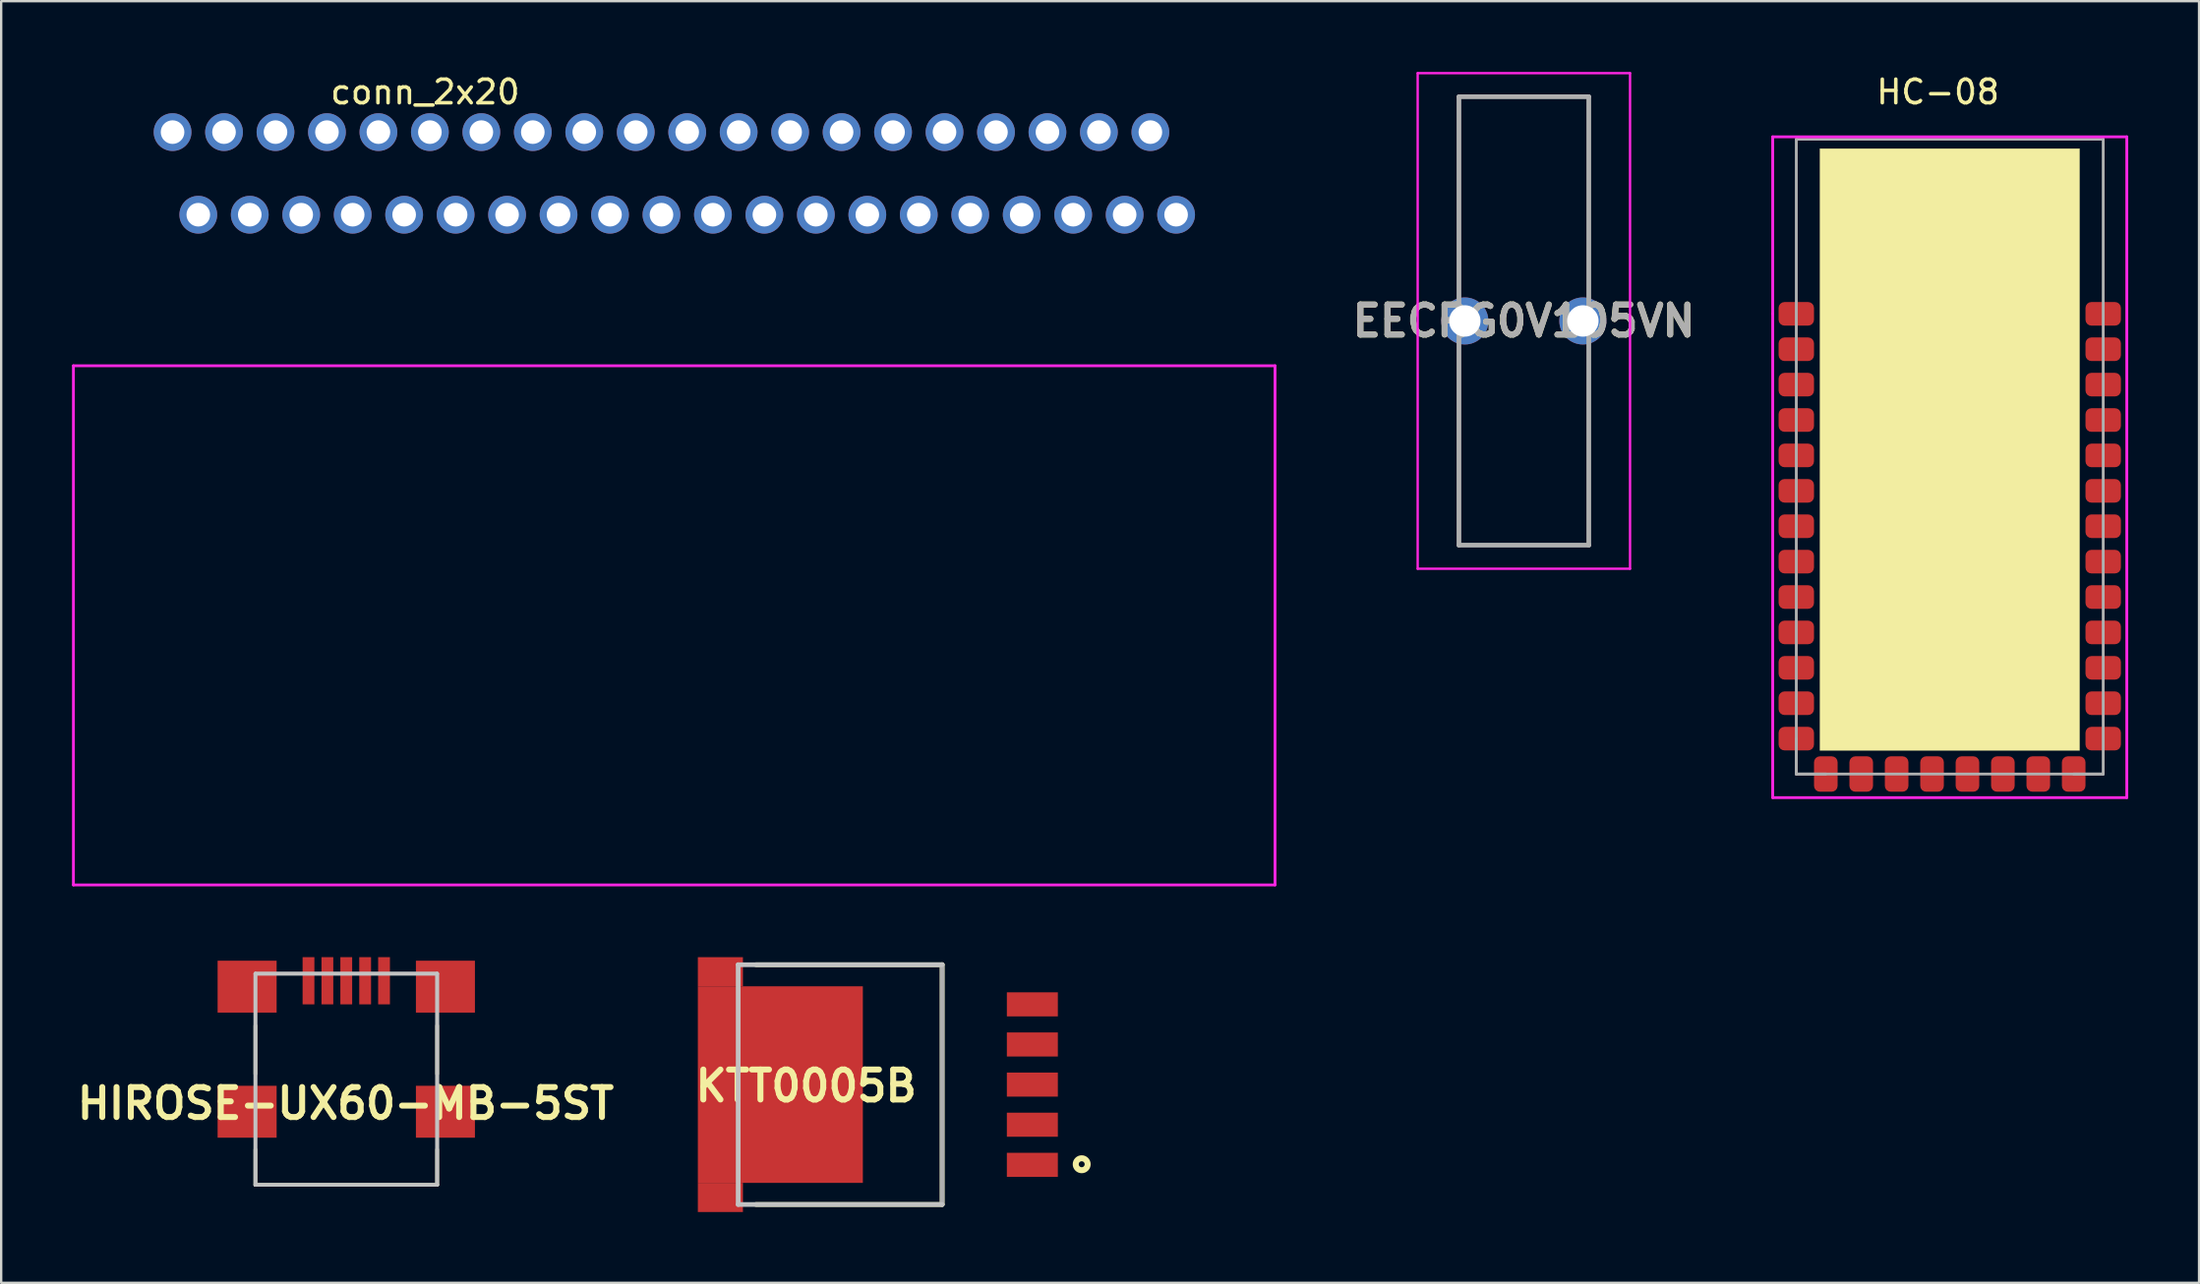
<source format=kicad_pcb>
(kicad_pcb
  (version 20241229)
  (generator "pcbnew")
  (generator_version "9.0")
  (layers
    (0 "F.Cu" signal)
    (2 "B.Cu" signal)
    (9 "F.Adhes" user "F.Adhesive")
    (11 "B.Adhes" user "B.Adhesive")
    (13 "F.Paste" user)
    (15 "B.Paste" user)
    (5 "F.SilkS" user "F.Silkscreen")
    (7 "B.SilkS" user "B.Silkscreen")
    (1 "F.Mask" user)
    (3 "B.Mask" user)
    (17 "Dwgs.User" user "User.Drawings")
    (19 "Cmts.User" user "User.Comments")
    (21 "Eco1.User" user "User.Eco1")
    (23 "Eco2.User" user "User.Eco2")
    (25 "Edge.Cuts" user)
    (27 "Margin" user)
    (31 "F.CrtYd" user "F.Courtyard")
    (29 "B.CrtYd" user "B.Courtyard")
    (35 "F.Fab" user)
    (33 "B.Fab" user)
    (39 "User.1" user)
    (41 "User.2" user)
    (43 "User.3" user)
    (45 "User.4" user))
  (footprint "EECRG0V105VN"
    (layer "F.Cu")
    (at 59.001 10.55)
    (property "Reference" "EECRG0V105VN" (at 2.5 0 0) (layer "F.SilkS") (effects (font (size 1.27 1.27) (thickness 0.254))))
    (attr through_hole)
    (fp_line (start -0.25 -9.5) (end 5.25 -9.5) (stroke (width 0.1) (type solid)) (layer "F.SilkS"))
    (fp_line (start -0.25 -1.5) (end -0.25 -9.5) (stroke (width 0.1) (type solid)) (layer "F.SilkS"))
    (fp_line (start -0.25 1.5) (end -0.25 9.5) (stroke (width 0.1) (type solid)) (layer "F.SilkS"))
    (fp_line (start -0.25 9.5) (end 5.25 9.5) (stroke (width 0.1) (type solid)) (layer "F.SilkS"))
    (fp_line (start 5.25 -9.5) (end 5.25 -1.5) (stroke (width 0.1) (type solid)) (layer "F.SilkS"))
    (fp_line (start 5.25 9.5) (end 5.25 1.5) (stroke (width 0.1) (type solid)) (layer "F.SilkS"))
    (fp_line (start -1.998 -10.5) (end 6.998 -10.5) (stroke (width 0.1) (type solid)) (layer "F.CrtYd"))
    (fp_line (start -1.998 10.5) (end -1.998 -10.5) (stroke (width 0.1) (type solid)) (layer "F.CrtYd"))
    (fp_line (start 6.998 -10.5) (end 6.998 10.5) (stroke (width 0.1) (type solid)) (layer "F.CrtYd"))
    (fp_line (start 6.998 10.5) (end -1.998 10.5) (stroke (width 0.1) (type solid)) (layer "F.CrtYd"))
    (fp_line (start -0.25 -9.5) (end 5.25 -9.5) (stroke (width 0.2) (type solid)) (layer "F.Fab"))
    (fp_line (start -0.25 9.5) (end -0.25 -9.5) (stroke (width 0.2) (type solid)) (layer "F.Fab"))
    (fp_line (start 5.25 -9.5) (end 5.25 9.5) (stroke (width 0.2) (type solid)) (layer "F.Fab"))
    (fp_line (start 5.25 9.5) (end -0.25 9.5) (stroke (width 0.2) (type solid)) (layer "F.Fab"))
    (fp_text user "${REFERENCE}" (at 2.5 0 0) (layer "F.Fab") (effects (font (size 1.27 1.27) (thickness 0.254))))
    (pad "1" thru_hole circle (at 0 0) (size 1.995 1.995) (drill 1.33) (layers "*.Cu" "*.Mask"))
    (pad "2" thru_hole circle (at 5 0) (size 1.995 1.995) (drill 1.33) (layers "*.Cu" "*.Mask")))
  (footprint "HC-08"
    (layer "F.Cu")
    (at 73.042 10.248)
    (property "Reference" "HC-08" (at 6 -9.4 0) (layer "F.SilkS") (effects (font (size 1 1) (thickness 0.15))))
    (attr through_hole)
    (fp_poly (pts (xy 12 18.5) (xy 1 18.5) (xy 1 -7) (xy 12 -7)) (stroke (width 0.01) (type solid)) (fill yes) (layer "F.SilkS"))
    (fp_line (start -1 -7.5) (end -1 0) (stroke (width 0.12) (type solid)) (layer "F.CrtYd"))
    (fp_line (start -1 0) (end -1 20.5) (stroke (width 0.12) (type solid)) (layer "F.CrtYd"))
    (fp_line (start -1 20.5) (end 14 20.5) (stroke (width 0.12) (type solid)) (layer "F.CrtYd"))
    (fp_line (start 14 -7.5) (end -1 -7.5) (stroke (width 0.12) (type solid)) (layer "F.CrtYd"))
    (fp_line (start 14 20.5) (end 14 -7.5) (stroke (width 0.12) (type solid)) (layer "F.CrtYd"))
    (fp_line (start 0 -7.4) (end 0 19.5) (stroke (width 0.12) (type solid)) (layer "F.Fab"))
    (fp_line (start 0 19.5) (end 0 18) (stroke (width 0.12) (type solid)) (layer "F.Fab"))
    (fp_line (start 0 19.5) (end 1.25 19.5) (stroke (width 0.12) (type solid)) (layer "F.Fab"))
    (fp_line (start 0 19.5) (end 13 19.5) (stroke (width 0.12) (type solid)) (layer "F.Fab"))
    (fp_line (start 13 -7.4) (end 0 -7.4) (stroke (width 0.12) (type solid)) (layer "F.Fab"))
    (fp_line (start 13 19.5) (end 11.75 19.5) (stroke (width 0.12) (type solid)) (layer "F.Fab"))
    (fp_line (start 13 19.5) (end 13 -7.4) (stroke (width 0.12) (type solid)) (layer "F.Fab"))
    (pad "1" smd roundrect (at 0 0) (size 1.5 1) (layers "F.Cu" "F.Mask" "F.Paste") (roundrect_rratio 0.25))
    (pad "2" smd roundrect (at 0 1.5) (size 1.5 1) (layers "F.Cu" "F.Mask" "F.Paste") (roundrect_rratio 0.25))
    (pad "3" smd roundrect (at 0 3) (size 1.5 1) (layers "F.Cu" "F.Mask" "F.Paste") (roundrect_rratio 0.25))
    (pad "4" smd roundrect (at 0 4.5) (size 1.5 1) (layers "F.Cu" "F.Mask" "F.Paste") (roundrect_rratio 0.25))
    (pad "5" smd roundrect (at 0 6) (size 1.5 1) (layers "F.Cu" "F.Mask" "F.Paste") (roundrect_rratio 0.25))
    (pad "6" smd roundrect (at 0 7.5) (size 1.5 1) (layers "F.Cu" "F.Mask" "F.Paste") (roundrect_rratio 0.25))
    (pad "7" smd roundrect (at 0 9) (size 1.5 1) (layers "F.Cu" "F.Mask" "F.Paste") (roundrect_rratio 0.25))
    (pad "8" smd roundrect (at 0 10.5) (size 1.5 1) (layers "F.Cu" "F.Mask" "F.Paste") (roundrect_rratio 0.25))
    (pad "9" smd roundrect (at 0 12) (size 1.5 1) (layers "F.Cu" "F.Mask" "F.Paste") (roundrect_rratio 0.25))
    (pad "10" smd roundrect (at 0 13.5) (size 1.5 1) (layers "F.Cu" "F.Mask" "F.Paste") (roundrect_rratio 0.25))
    (pad "11" smd roundrect (at 0 15) (size 1.5 1) (layers "F.Cu" "F.Mask" "F.Paste") (roundrect_rratio 0.25))
    (pad "12" smd roundrect (at 0 16.5) (size 1.5 1) (layers "F.Cu" "F.Mask" "F.Paste") (roundrect_rratio 0.25))
    (pad "13" smd roundrect (at 0 18) (size 1.5 1) (layers "F.Cu" "F.Mask" "F.Paste") (roundrect_rratio 0.25))
    (pad "14" smd roundrect (at 1.25 19.5 90) (size 1.5 1) (layers "F.Cu" "F.Mask" "F.Paste") (roundrect_rratio 0.25))
    (pad "15" smd roundrect (at 2.75 19.5 90) (size 1.5 1) (layers "F.Cu" "F.Mask" "F.Paste") (roundrect_rratio 0.25))
    (pad "16" smd roundrect (at 4.25 19.5 90) (size 1.5 1) (layers "F.Cu" "F.Mask" "F.Paste") (roundrect_rratio 0.25))
    (pad "17" smd roundrect (at 5.75 19.5 90) (size 1.5 1) (layers "F.Cu" "F.Mask" "F.Paste") (roundrect_rratio 0.25))
    (pad "18" smd roundrect (at 7.25 19.5 90) (size 1.5 1) (layers "F.Cu" "F.Mask" "F.Paste") (roundrect_rratio 0.25))
    (pad "19" smd roundrect (at 8.75 19.5 90) (size 1.5 1) (layers "F.Cu" "F.Mask" "F.Paste") (roundrect_rratio 0.25))
    (pad "20" smd roundrect (at 10.25 19.5 90) (size 1.5 1) (layers "F.Cu" "F.Mask" "F.Paste") (roundrect_rratio 0.25))
    (pad "21" smd roundrect (at 11.75 19.5 90) (size 1.5 1) (layers "F.Cu" "F.Mask" "F.Paste") (roundrect_rratio 0.25))
    (pad "22" smd roundrect (at 13 18 180) (size 1.5 1) (layers "F.Cu" "F.Mask" "F.Paste") (roundrect_rratio 0.25))
    (pad "23" smd roundrect (at 13 16.5 180) (size 1.5 1) (layers "F.Cu" "F.Mask" "F.Paste") (roundrect_rratio 0.25))
    (pad "24" smd roundrect (at 13 15 180) (size 1.5 1) (layers "F.Cu" "F.Mask" "F.Paste") (roundrect_rratio 0.25))
    (pad "25" smd roundrect (at 13 13.5 180) (size 1.5 1) (layers "F.Cu" "F.Mask" "F.Paste") (roundrect_rratio 0.25))
    (pad "26" smd roundrect (at 13 12 180) (size 1.5 1) (layers "F.Cu" "F.Mask" "F.Paste") (roundrect_rratio 0.25))
    (pad "27" smd roundrect (at 13 10.5 180) (size 1.5 1) (layers "F.Cu" "F.Mask" "F.Paste") (roundrect_rratio 0.25))
    (pad "28" smd roundrect (at 13 9 180) (size 1.5 1) (layers "F.Cu" "F.Mask" "F.Paste") (roundrect_rratio 0.25))
    (pad "29" smd roundrect (at 13 7.5 180) (size 1.5 1) (layers "F.Cu" "F.Mask" "F.Paste") (roundrect_rratio 0.25))
    (pad "30" smd roundrect (at 13 6 180) (size 1.5 1) (layers "F.Cu" "F.Mask" "F.Paste") (roundrect_rratio 0.25))
    (pad "31" smd roundrect (at 13 4.5 180) (size 1.5 1) (layers "F.Cu" "F.Mask" "F.Paste") (roundrect_rratio 0.25))
    (pad "32" smd roundrect (at 13 3 180) (size 1.5 1) (layers "F.Cu" "F.Mask" "F.Paste") (roundrect_rratio 0.25))
    (pad "33" smd roundrect (at 13 1.5 180) (size 1.5 1) (layers "F.Cu" "F.Mask" "F.Paste") (roundrect_rratio 0.25))
    (pad "34" smd roundrect (at 13 0 180) (size 1.5 1) (layers "F.Cu" "F.Mask" "F.Paste") (roundrect_rratio 0.25)))
  (footprint "HIROSE-UX60-MB-5ST"
    (layer "F.Cu")
    (at 11.618 38.508)
    (property "Reference" "HIROSE-UX60-MB-5ST" (at -0.025 5.2 0) (layer "F.SilkS") (effects (font (size 1.27 1.27) (thickness 0.254))))
    (attr smd)
    (fp_line (start -3.85 1.9) (end -3.85 3.95) (stroke (width 0.152) (type solid)) (layer "F.SilkS"))
    (fp_line (start -3.85 7.15) (end -3.85 8.65) (stroke (width 0.152) (type solid)) (layer "F.SilkS"))
    (fp_line (start -3.85 8.65) (end 3.85 8.65) (stroke (width 0.152) (type solid)) (layer "F.SilkS"))
    (fp_line (start 3.85 1.9) (end 3.85 3.95) (stroke (width 0.152) (type solid)) (layer "F.SilkS"))
    (fp_line (start 3.85 8.65) (end 3.85 7.15) (stroke (width 0.152) (type solid)) (layer "F.SilkS"))
    (fp_line (start -3.85 -0.3) (end 3.85 -0.3) (stroke (width 0.152) (type solid)) (layer "Dwgs.User"))
    (fp_line (start -3.85 -0.3) (end 3.85 -0.3) (stroke (width 0.152) (type solid)) (layer "Dwgs.User"))
    (fp_line (start -3.85 8.65) (end -3.85 -0.3) (stroke (width 0.152) (type solid)) (layer "Dwgs.User"))
    (fp_line (start -3.85 8.65) (end -3.85 -0.3) (stroke (width 0.152) (type solid)) (layer "Dwgs.User"))
    (fp_line (start 3.85 -0.3) (end 3.85 8.65) (stroke (width 0.152) (type solid)) (layer "Dwgs.User"))
    (fp_line (start 3.85 -0.3) (end 3.85 8.65) (stroke (width 0.152) (type solid)) (layer "Dwgs.User"))
    (fp_line (start 3.85 8.65) (end -3.85 8.65) (stroke (width 0.152) (type solid)) (layer "Dwgs.User"))
    (fp_line (start 3.85 8.65) (end -3.85 8.65) (stroke (width 0.152) (type solid)) (layer "Dwgs.User"))
    (pad "1" smd rect (at -1.6 0) (size 0.5 2) (layers "F.Cu" "F.Mask" "F.Paste"))
    (pad "2" smd rect (at -0.8 0) (size 0.5 2) (layers "F.Cu" "F.Mask" "F.Paste"))
    (pad "3" smd rect (at 0 0) (size 0.5 2) (layers "F.Cu" "F.Mask" "F.Paste"))
    (pad "4" smd rect (at 0.8 0) (size 0.5 2) (layers "F.Cu" "F.Mask" "F.Paste"))
    (pad "5" smd rect (at 1.6 0) (size 0.5 2) (layers "F.Cu" "F.Mask" "F.Paste"))
    (pad "6" smd rect (at -4.2 0.25 90) (size 2.2 2.5) (layers "F.Cu" "F.Mask" "F.Paste"))
    (pad "7" smd rect (at 4.2 0.25 90) (size 2.2 2.5) (layers "F.Cu" "F.Mask" "F.Paste"))
    (pad "8" smd rect (at -4.2 5.55 90) (size 2.2 2.5) (layers "F.Cu" "F.Mask" "F.Paste"))
    (pad "9" smd rect (at 4.2 5.55 90) (size 2.2 2.5) (layers "F.Cu" "F.Mask" "F.Paste"))
    (pad "10" thru_hole circle (at 1.75 2.25 90) (size 0.001 0.001) (drill 0.9) (layers "*.Cu" "*.Mask" "F.SilkS"))
    (pad "11" thru_hole circle (at -1.75 2.25 90) (size 0.001 0.001) (drill 0.9) (layers "*.Cu" "*.Mask" "F.SilkS")))
  (footprint "KTT0005B"
    (layer "F.Cu")
    (at 28.22 42.908)
    (property "Reference" "KTT0005B" (at 2.877 0.057 0) (layer "F.SilkS") (effects (font (size 1.27 1.27) (thickness 0.254))))
    (attr smd)
    (fp_line (start 8.64 -5.08) (end 0.756 -5.08) (stroke (width 0.2) (type solid)) (layer "F.SilkS"))
    (fp_line (start 8.64 5.08) (end 0.756 5.08) (stroke (width 0.2) (type solid)) (layer "F.SilkS"))
    (fp_line (start 8.64 5.08) (end 8.64 -5.08) (stroke (width 0.2) (type solid)) (layer "F.SilkS"))
    (fp_circle (center 14.551 3.375) (end 14.425 3.375) (stroke (width 0.254) (type solid)) (fill no) (layer "F.SilkS"))
    (fp_line (start 0 -5.08) (end 8.64 -5.08) (stroke (width 0.2) (type solid)) (layer "Dwgs.User"))
    (fp_line (start 0 5.08) (end 0 -5.08) (stroke (width 0.2) (type solid)) (layer "Dwgs.User"))
    (fp_line (start 8.64 5.08) (end 0 5.08) (stroke (width 0.2) (type solid)) (layer "Dwgs.User"))
    (fp_line (start 8.64 -5.08) (end 8.64 5.08) (stroke (width 0.2) (type solid)) (layer "F.Fab"))
    (pad "1" smd rect (at 12.461 3.4 90) (size 1.02 2.16) (layers "F.Cu" "F.Mask" "F.Paste"))
    (pad "2" smd rect (at 12.461 1.7 90) (size 1.02 2.16) (layers "F.Cu" "F.Mask" "F.Paste"))
    (pad "3" smd rect (at 12.461 0 90) (size 1.02 2.16) (layers "F.Cu" "F.Mask" "F.Paste"))
    (pad "4" smd rect (at 12.461 -1.7 90) (size 1.02 2.16) (layers "F.Cu" "F.Mask" "F.Paste"))
    (pad "5" smd rect (at 12.461 -3.4 90) (size 1.02 2.16) (layers "F.Cu" "F.Mask" "F.Paste"))
    (pad "6" smd rect (at 1.786 0) (size 6.99 8.33) (layers "F.Cu" "F.Mask" "F.Paste"))
    (pad "7" smd rect (at -0.754 -4.782 90) (size 1.235 1.91) (layers "F.Cu" "F.Mask" "F.Paste"))
    (pad "8" smd rect (at -0.754 4.782 90) (size 1.235 1.91) (layers "F.Cu" "F.Mask" "F.Paste")))
  (footprint "conn_2x20"
    (layer "F.Cu")
    (at 4.26 2.548)
    (property "Reference" "conn_2x20" (at 10.7 -1.7 0) (layer "F.SilkS") (effects (font (size 1 1) (thickness 0.15))))
    (attr through_hole)
    (fp_line (start -4.2 9.9) (end 46.7 9.9) (stroke (width 0.12) (type solid)) (layer "F.CrtYd"))
    (fp_line (start -4.2 31.9) (end -4.2 9.9) (stroke (width 0.12) (type solid)) (layer "F.CrtYd"))
    (fp_line (start 46.7 9.9) (end 46.7 31.9) (stroke (width 0.12) (type solid)) (layer "F.CrtYd"))
    (fp_line (start 46.7 31.9) (end -4.2 31.9) (stroke (width 0.12) (type solid)) (layer "F.CrtYd"))
    (pad "1" thru_hole circle (at 41.42 0) (size 1.6 1.6) (drill 1) (layers "*.Cu" "*.Mask"))
    (pad "2" thru_hole circle (at 39.24 0) (size 1.6 1.6) (drill 1) (layers "*.Cu" "*.Mask"))
    (pad "3" thru_hole circle (at 37.06 0) (size 1.6 1.6) (drill 1) (layers "*.Cu" "*.Mask"))
    (pad "4" thru_hole circle (at 34.88 0) (size 1.6 1.6) (drill 1) (layers "*.Cu" "*.Mask"))
    (pad "5" thru_hole circle (at 32.7 0) (size 1.6 1.6) (drill 1) (layers "*.Cu" "*.Mask"))
    (pad "6" thru_hole circle (at 30.52 0) (size 1.6 1.6) (drill 1) (layers "*.Cu" "*.Mask"))
    (pad "7" thru_hole circle (at 28.34 0) (size 1.6 1.6) (drill 1) (layers "*.Cu" "*.Mask"))
    (pad "8" thru_hole circle (at 26.16 0) (size 1.6 1.6) (drill 1) (layers "*.Cu" "*.Mask"))
    (pad "9" thru_hole circle (at 23.98 0) (size 1.6 1.6) (drill 1) (layers "*.Cu" "*.Mask"))
    (pad "10" thru_hole circle (at 21.8 0) (size 1.6 1.6) (drill 1) (layers "*.Cu" "*.Mask"))
    (pad "11" thru_hole circle (at 19.62 0) (size 1.6 1.6) (drill 1) (layers "*.Cu" "*.Mask"))
    (pad "12" thru_hole circle (at 17.44 0) (size 1.6 1.6) (drill 1) (layers "*.Cu" "*.Mask"))
    (pad "13" thru_hole circle (at 15.26 0) (size 1.6 1.6) (drill 1) (layers "*.Cu" "*.Mask"))
    (pad "14" thru_hole circle (at 13.08 0) (size 1.6 1.6) (drill 1) (layers "*.Cu" "*.Mask"))
    (pad "15" thru_hole circle (at 10.9 0) (size 1.6 1.6) (drill 1) (layers "*.Cu" "*.Mask"))
    (pad "16" thru_hole circle (at 8.72 0) (size 1.6 1.6) (drill 1) (layers "*.Cu" "*.Mask"))
    (pad "17" thru_hole circle (at 6.54 0) (size 1.6 1.6) (drill 1) (layers "*.Cu" "*.Mask"))
    (pad "18" thru_hole circle (at 4.36 0) (size 1.6 1.6) (drill 1) (layers "*.Cu" "*.Mask"))
    (pad "19" thru_hole circle (at 2.18 0) (size 1.6 1.6) (drill 1) (layers "*.Cu" "*.Mask"))
    (pad "20" thru_hole circle (at 0 0) (size 1.6 1.6) (drill 1) (layers "*.Cu" "*.Mask"))
    (pad "21" thru_hole circle (at 42.51 3.5) (size 1.6 1.6) (drill 1) (layers "*.Cu" "*.Mask"))
    (pad "22" thru_hole circle (at 40.33 3.5) (size 1.6 1.6) (drill 1) (layers "*.Cu" "*.Mask"))
    (pad "23" thru_hole circle (at 38.15 3.5) (size 1.6 1.6) (drill 1) (layers "*.Cu" "*.Mask"))
    (pad "24" thru_hole circle (at 35.97 3.5) (size 1.6 1.6) (drill 1) (layers "*.Cu" "*.Mask"))
    (pad "25" thru_hole circle (at 33.79 3.5) (size 1.6 1.6) (drill 1) (layers "*.Cu" "*.Mask"))
    (pad "26" thru_hole circle (at 31.61 3.5) (size 1.6 1.6) (drill 1) (layers "*.Cu" "*.Mask"))
    (pad "27" thru_hole circle (at 29.43 3.5) (size 1.6 1.6) (drill 1) (layers "*.Cu" "*.Mask"))
    (pad "28" thru_hole circle (at 27.25 3.5) (size 1.6 1.6) (drill 1) (layers "*.Cu" "*.Mask"))
    (pad "29" thru_hole circle (at 25.07 3.5) (size 1.6 1.6) (drill 1) (layers "*.Cu" "*.Mask"))
    (pad "30" thru_hole circle (at 22.89 3.5) (size 1.6 1.6) (drill 1) (layers "*.Cu" "*.Mask"))
    (pad "31" thru_hole circle (at 20.71 3.5) (size 1.6 1.6) (drill 1) (layers "*.Cu" "*.Mask"))
    (pad "32" thru_hole circle (at 18.53 3.5) (size 1.6 1.6) (drill 1) (layers "*.Cu" "*.Mask"))
    (pad "33" thru_hole circle (at 16.35 3.5) (size 1.6 1.6) (drill 1) (layers "*.Cu" "*.Mask"))
    (pad "34" thru_hole circle (at 14.17 3.5) (size 1.6 1.6) (drill 1) (layers "*.Cu" "*.Mask"))
    (pad "35" thru_hole circle (at 11.99 3.5) (size 1.6 1.6) (drill 1) (layers "*.Cu" "*.Mask"))
    (pad "36" thru_hole circle (at 9.81 3.5) (size 1.6 1.6) (drill 1) (layers "*.Cu" "*.Mask"))
    (pad "37" thru_hole circle (at 7.63 3.5) (size 1.6 1.6) (drill 1) (layers "*.Cu" "*.Mask"))
    (pad "38" thru_hole circle (at 5.45 3.5) (size 1.6 1.6) (drill 1) (layers "*.Cu" "*.Mask"))
    (pad "39" thru_hole circle (at 3.27 3.5) (size 1.6 1.6) (drill 1) (layers "*.Cu" "*.Mask"))
    (pad "40" thru_hole circle (at 1.09 3.5) (size 1.6 1.6) (drill 1) (layers "*.Cu" "*.Mask")))
  (gr_rect
    (start -3 -3)
    (end 90.102 51.308)
    (stroke (width 0.1) (type default))
    (fill no)
    (layer "Edge.Cuts")))
</source>
